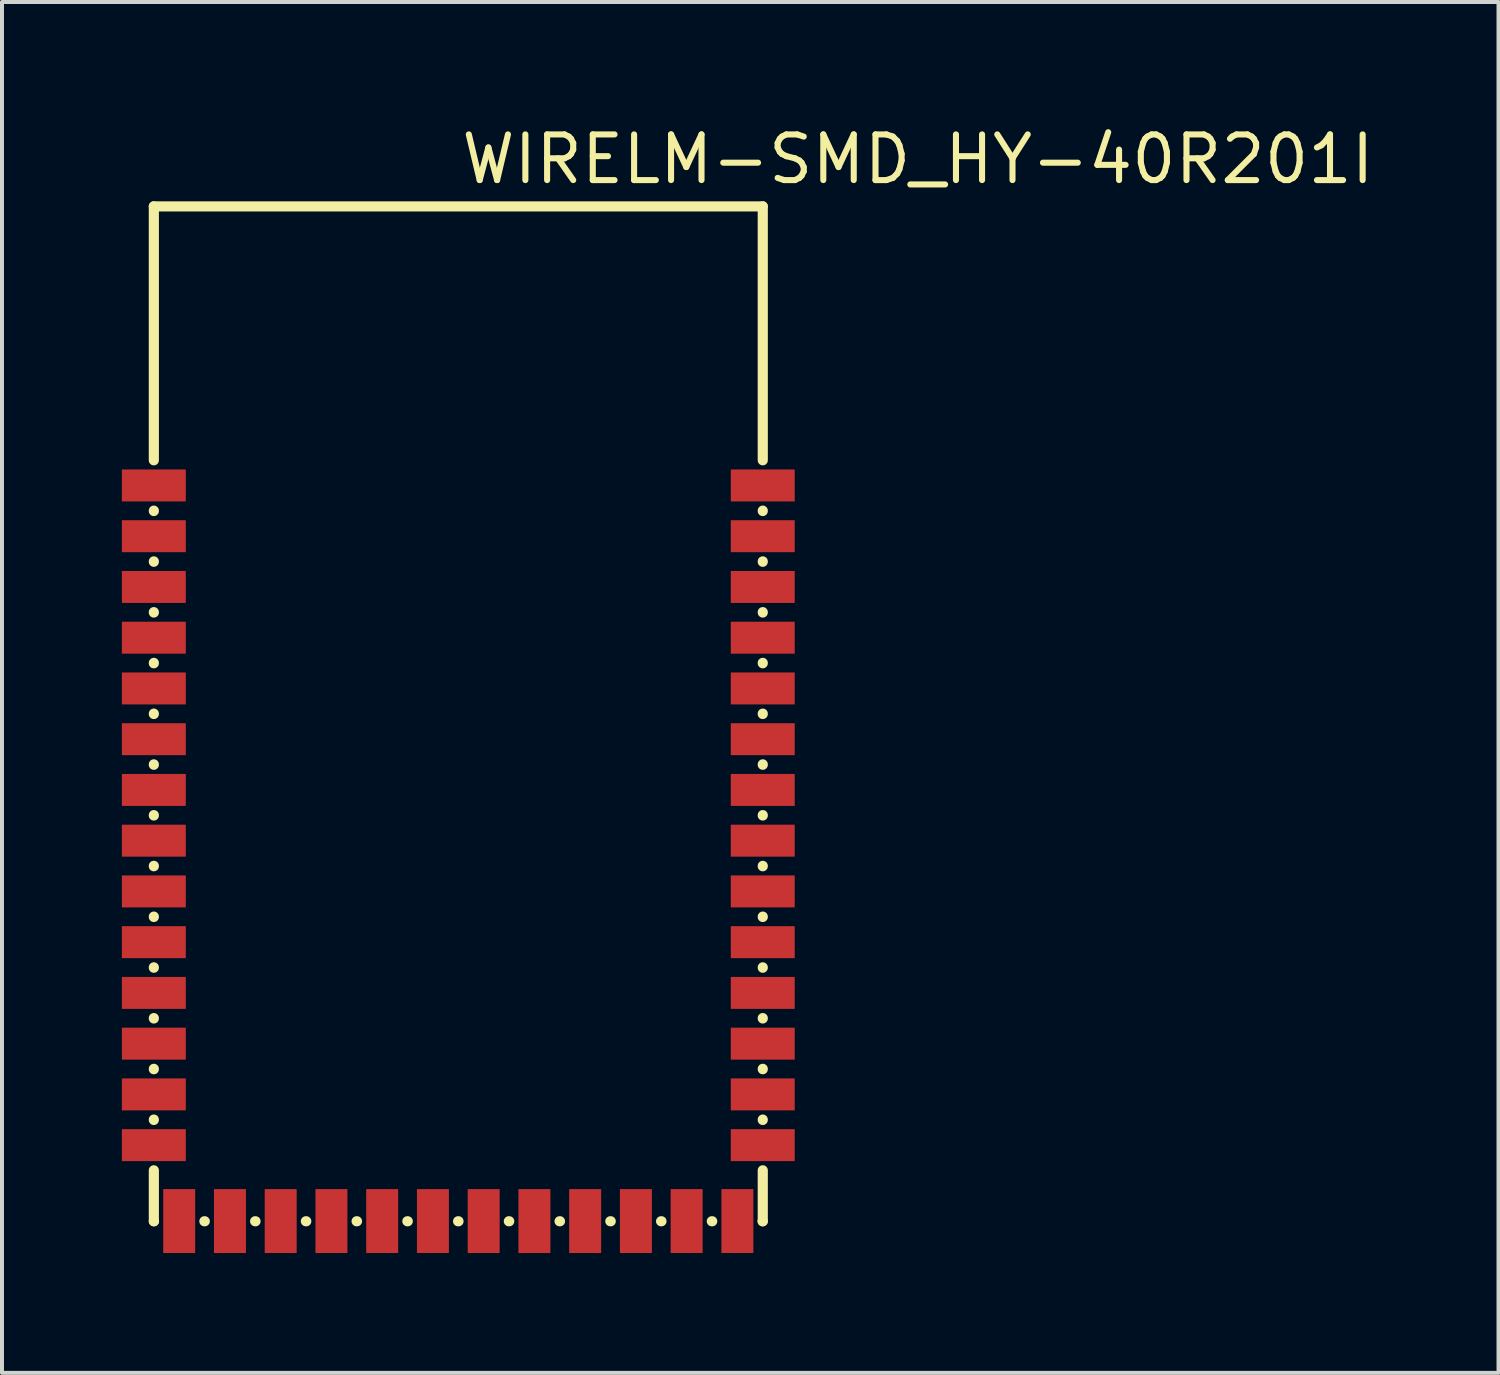
<source format=kicad_pcb>
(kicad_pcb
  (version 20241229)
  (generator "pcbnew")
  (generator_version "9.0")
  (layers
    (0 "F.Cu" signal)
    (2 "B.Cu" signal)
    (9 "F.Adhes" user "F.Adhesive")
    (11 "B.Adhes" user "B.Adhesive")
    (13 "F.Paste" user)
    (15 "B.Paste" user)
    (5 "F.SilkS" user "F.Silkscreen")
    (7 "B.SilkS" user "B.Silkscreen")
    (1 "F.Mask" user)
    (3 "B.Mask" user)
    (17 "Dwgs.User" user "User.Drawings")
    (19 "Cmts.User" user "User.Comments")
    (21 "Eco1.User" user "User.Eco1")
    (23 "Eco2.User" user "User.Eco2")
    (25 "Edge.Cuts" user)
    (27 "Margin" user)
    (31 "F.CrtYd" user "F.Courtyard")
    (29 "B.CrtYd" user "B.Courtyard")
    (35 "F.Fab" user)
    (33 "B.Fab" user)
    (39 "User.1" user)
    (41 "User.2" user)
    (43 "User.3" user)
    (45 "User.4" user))
  (footprint "WIRELM-SMD_HY-40R201I"
    (layer "F.Cu")
    (at 8.42 18.305)
    (property "Reference" "WIRELM-SMD_HY-40R201I" (at 0 -17.369 0) (layer "F.SilkS") (effects (font (size 1.143 1.143) (thickness 0.152)) (justify left)))
    (attr smd)
    (fp_line (start -7.62 -16.19) (end -7.62 -9.835) (stroke (width 0.254) (type solid)) (layer "F.SilkS"))
    (fp_line (start -7.62 -16.19) (end 7.62 -16.19) (stroke (width 0.254) (type solid)) (layer "F.SilkS"))
    (fp_line (start -7.62 -8.575) (end -7.62 -8.565) (stroke (width 0.254) (type solid)) (layer "F.SilkS"))
    (fp_line (start -7.62 -7.305) (end -7.62 -7.295) (stroke (width 0.254) (type solid)) (layer "F.SilkS"))
    (fp_line (start -7.62 -6.035) (end -7.62 -6.025) (stroke (width 0.254) (type solid)) (layer "F.SilkS"))
    (fp_line (start -7.62 -4.765) (end -7.62 -4.755) (stroke (width 0.254) (type solid)) (layer "F.SilkS"))
    (fp_line (start -7.62 -3.495) (end -7.62 -3.485) (stroke (width 0.254) (type solid)) (layer "F.SilkS"))
    (fp_line (start -7.62 -2.225) (end -7.62 -2.215) (stroke (width 0.254) (type solid)) (layer "F.SilkS"))
    (fp_line (start -7.62 -0.955) (end -7.62 -0.945) (stroke (width 0.254) (type solid)) (layer "F.SilkS"))
    (fp_line (start -7.62 0.315) (end -7.62 0.325) (stroke (width 0.254) (type solid)) (layer "F.SilkS"))
    (fp_line (start -7.62 1.585) (end -7.62 1.595) (stroke (width 0.254) (type solid)) (layer "F.SilkS"))
    (fp_line (start -7.62 2.855) (end -7.62 2.865) (stroke (width 0.254) (type solid)) (layer "F.SilkS"))
    (fp_line (start -7.62 4.125) (end -7.62 4.135) (stroke (width 0.254) (type solid)) (layer "F.SilkS"))
    (fp_line (start -7.62 5.395) (end -7.62 5.405) (stroke (width 0.254) (type solid)) (layer "F.SilkS"))
    (fp_line (start -7.62 6.665) (end -7.62 6.675) (stroke (width 0.254) (type solid)) (layer "F.SilkS"))
    (fp_line (start -7.62 7.935) (end -7.62 9.21) (stroke (width 0.254) (type solid)) (layer "F.SilkS"))
    (fp_line (start -7.62 9.21) (end -7.615 9.21) (stroke (width 0.254) (type solid)) (layer "F.SilkS"))
    (fp_line (start -6.355 9.21) (end -6.345 9.21) (stroke (width 0.254) (type solid)) (layer "F.SilkS"))
    (fp_line (start -5.085 9.21) (end -5.075 9.21) (stroke (width 0.254) (type solid)) (layer "F.SilkS"))
    (fp_line (start -3.815 9.21) (end -3.805 9.21) (stroke (width 0.254) (type solid)) (layer "F.SilkS"))
    (fp_line (start -2.545 9.21) (end -2.535 9.21) (stroke (width 0.254) (type solid)) (layer "F.SilkS"))
    (fp_line (start -1.275 9.21) (end -1.265 9.21) (stroke (width 0.254) (type solid)) (layer "F.SilkS"))
    (fp_line (start -0.005 9.21) (end 0.005 9.21) (stroke (width 0.254) (type solid)) (layer "F.SilkS"))
    (fp_line (start 1.265 9.21) (end 1.275 9.21) (stroke (width 0.254) (type solid)) (layer "F.SilkS"))
    (fp_line (start 2.535 9.21) (end 2.545 9.21) (stroke (width 0.254) (type solid)) (layer "F.SilkS"))
    (fp_line (start 3.805 9.21) (end 3.815 9.21) (stroke (width 0.254) (type solid)) (layer "F.SilkS"))
    (fp_line (start 5.075 9.21) (end 5.085 9.21) (stroke (width 0.254) (type solid)) (layer "F.SilkS"))
    (fp_line (start 6.345 9.21) (end 6.355 9.21) (stroke (width 0.254) (type solid)) (layer "F.SilkS"))
    (fp_line (start 7.615 9.21) (end 7.62 9.21) (stroke (width 0.254) (type solid)) (layer "F.SilkS"))
    (fp_line (start 7.62 -16.19) (end 7.62 -9.835) (stroke (width 0.254) (type solid)) (layer "F.SilkS"))
    (fp_line (start 7.62 -8.575) (end 7.62 -8.565) (stroke (width 0.254) (type solid)) (layer "F.SilkS"))
    (fp_line (start 7.62 -7.305) (end 7.62 -7.295) (stroke (width 0.254) (type solid)) (layer "F.SilkS"))
    (fp_line (start 7.62 -6.035) (end 7.62 -6.025) (stroke (width 0.254) (type solid)) (layer "F.SilkS"))
    (fp_line (start 7.62 -4.765) (end 7.62 -4.755) (stroke (width 0.254) (type solid)) (layer "F.SilkS"))
    (fp_line (start 7.62 -3.495) (end 7.62 -3.485) (stroke (width 0.254) (type solid)) (layer "F.SilkS"))
    (fp_line (start 7.62 -2.225) (end 7.62 -2.215) (stroke (width 0.254) (type solid)) (layer "F.SilkS"))
    (fp_line (start 7.62 -0.955) (end 7.62 -0.945) (stroke (width 0.254) (type solid)) (layer "F.SilkS"))
    (fp_line (start 7.62 0.315) (end 7.62 0.325) (stroke (width 0.254) (type solid)) (layer "F.SilkS"))
    (fp_line (start 7.62 1.585) (end 7.62 1.595) (stroke (width 0.254) (type solid)) (layer "F.SilkS"))
    (fp_line (start 7.62 2.855) (end 7.62 2.865) (stroke (width 0.254) (type solid)) (layer "F.SilkS"))
    (fp_line (start 7.62 4.125) (end 7.62 4.135) (stroke (width 0.254) (type solid)) (layer "F.SilkS"))
    (fp_line (start 7.62 5.395) (end 7.62 5.405) (stroke (width 0.254) (type solid)) (layer "F.SilkS"))
    (fp_line (start 7.62 6.665) (end 7.62 6.675) (stroke (width 0.254) (type solid)) (layer "F.SilkS"))
    (fp_line (start 7.62 7.935) (end 7.62 9.21) (stroke (width 0.254) (type solid)) (layer "F.SilkS"))
    (pad "1" smd rect (at -7.62 -9.205 180) (size 1.6 0.8) (layers "F.Cu" "F.Mask" "F.Paste"))
    (pad "2" smd rect (at -7.62 -7.935 180) (size 1.6 0.8) (layers "F.Cu" "F.Mask" "F.Paste"))
    (pad "3" smd rect (at -7.62 -6.665 180) (size 1.6 0.8) (layers "F.Cu" "F.Mask" "F.Paste"))
    (pad "4" smd rect (at -7.62 -5.395 180) (size 1.6 0.8) (layers "F.Cu" "F.Mask" "F.Paste"))
    (pad "5" smd rect (at -7.62 -4.125 180) (size 1.6 0.8) (layers "F.Cu" "F.Mask" "F.Paste"))
    (pad "6" smd rect (at -7.62 -2.855 180) (size 1.6 0.8) (layers "F.Cu" "F.Mask" "F.Paste"))
    (pad "7" smd rect (at -7.62 -1.585 180) (size 1.6 0.8) (layers "F.Cu" "F.Mask" "F.Paste"))
    (pad "8" smd rect (at -7.62 -0.315 180) (size 1.6 0.8) (layers "F.Cu" "F.Mask" "F.Paste"))
    (pad "9" smd rect (at -7.62 0.955 180) (size 1.6 0.8) (layers "F.Cu" "F.Mask" "F.Paste"))
    (pad "10" smd rect (at -7.62 2.225 180) (size 1.6 0.8) (layers "F.Cu" "F.Mask" "F.Paste"))
    (pad "11" smd rect (at -7.62 3.495 180) (size 1.6 0.8) (layers "F.Cu" "F.Mask" "F.Paste"))
    (pad "12" smd rect (at -7.62 4.765 180) (size 1.6 0.8) (layers "F.Cu" "F.Mask" "F.Paste"))
    (pad "13" smd rect (at -7.62 6.035 180) (size 1.6 0.8) (layers "F.Cu" "F.Mask" "F.Paste"))
    (pad "14" smd rect (at -7.62 7.305 180) (size 1.6 0.8) (layers "F.Cu" "F.Mask" "F.Paste"))
    (pad "15" smd rect (at -6.985 9.205 90) (size 1.6 0.8) (layers "F.Cu" "F.Mask" "F.Paste"))
    (pad "16" smd rect (at -5.715 9.205 90) (size 1.6 0.8) (layers "F.Cu" "F.Mask" "F.Paste"))
    (pad "17" smd rect (at -4.445 9.205 90) (size 1.6 0.8) (layers "F.Cu" "F.Mask" "F.Paste"))
    (pad "18" smd rect (at -3.175 9.205 90) (size 1.6 0.8) (layers "F.Cu" "F.Mask" "F.Paste"))
    (pad "19" smd rect (at -1.905 9.205 90) (size 1.6 0.8) (layers "F.Cu" "F.Mask" "F.Paste"))
    (pad "20" smd rect (at -0.635 9.205 90) (size 1.6 0.8) (layers "F.Cu" "F.Mask" "F.Paste"))
    (pad "21" smd rect (at 0.635 9.205 90) (size 1.6 0.8) (layers "F.Cu" "F.Mask" "F.Paste"))
    (pad "22" smd rect (at 1.905 9.205 90) (size 1.6 0.8) (layers "F.Cu" "F.Mask" "F.Paste"))
    (pad "23" smd rect (at 3.175 9.205 90) (size 1.6 0.8) (layers "F.Cu" "F.Mask" "F.Paste"))
    (pad "24" smd rect (at 4.445 9.205 90) (size 1.6 0.8) (layers "F.Cu" "F.Mask" "F.Paste"))
    (pad "25" smd rect (at 5.715 9.205 90) (size 1.6 0.8) (layers "F.Cu" "F.Mask" "F.Paste"))
    (pad "26" smd rect (at 6.985 9.205 90) (size 1.6 0.8) (layers "F.Cu" "F.Mask" "F.Paste"))
    (pad "27" smd rect (at 7.62 7.305 180) (size 1.6 0.8) (layers "F.Cu" "F.Mask" "F.Paste"))
    (pad "28" smd rect (at 7.62 6.035 180) (size 1.6 0.8) (layers "F.Cu" "F.Mask" "F.Paste"))
    (pad "29" smd rect (at 7.62 4.765 180) (size 1.6 0.8) (layers "F.Cu" "F.Mask" "F.Paste"))
    (pad "30" smd rect (at 7.62 3.495 180) (size 1.6 0.8) (layers "F.Cu" "F.Mask" "F.Paste"))
    (pad "31" smd rect (at 7.62 2.225 180) (size 1.6 0.8) (layers "F.Cu" "F.Mask" "F.Paste"))
    (pad "32" smd rect (at 7.62 0.955 180) (size 1.6 0.8) (layers "F.Cu" "F.Mask" "F.Paste"))
    (pad "33" smd rect (at 7.62 -0.315 180) (size 1.6 0.8) (layers "F.Cu" "F.Mask" "F.Paste"))
    (pad "34" smd rect (at 7.62 -1.585 180) (size 1.6 0.8) (layers "F.Cu" "F.Mask" "F.Paste"))
    (pad "35" smd rect (at 7.62 -2.855 180) (size 1.6 0.8) (layers "F.Cu" "F.Mask" "F.Paste"))
    (pad "36" smd rect (at 7.62 -4.125 180) (size 1.6 0.8) (layers "F.Cu" "F.Mask" "F.Paste"))
    (pad "37" smd rect (at 7.62 -5.395 180) (size 1.6 0.8) (layers "F.Cu" "F.Mask" "F.Paste"))
    (pad "38" smd rect (at 7.62 -6.665 180) (size 1.6 0.8) (layers "F.Cu" "F.Mask" "F.Paste"))
    (pad "39" smd rect (at 7.62 -7.935 180) (size 1.6 0.8) (layers "F.Cu" "F.Mask" "F.Paste"))
    (pad "40" smd rect (at 7.62 -9.205 180) (size 1.6 0.8) (layers "F.Cu" "F.Mask" "F.Paste")))
  (gr_rect
    (start -3 -3)
    (end 34.454 31.31)
    (stroke (width 0.1) (type default))
    (fill no)
    (layer "Edge.Cuts")))
</source>
